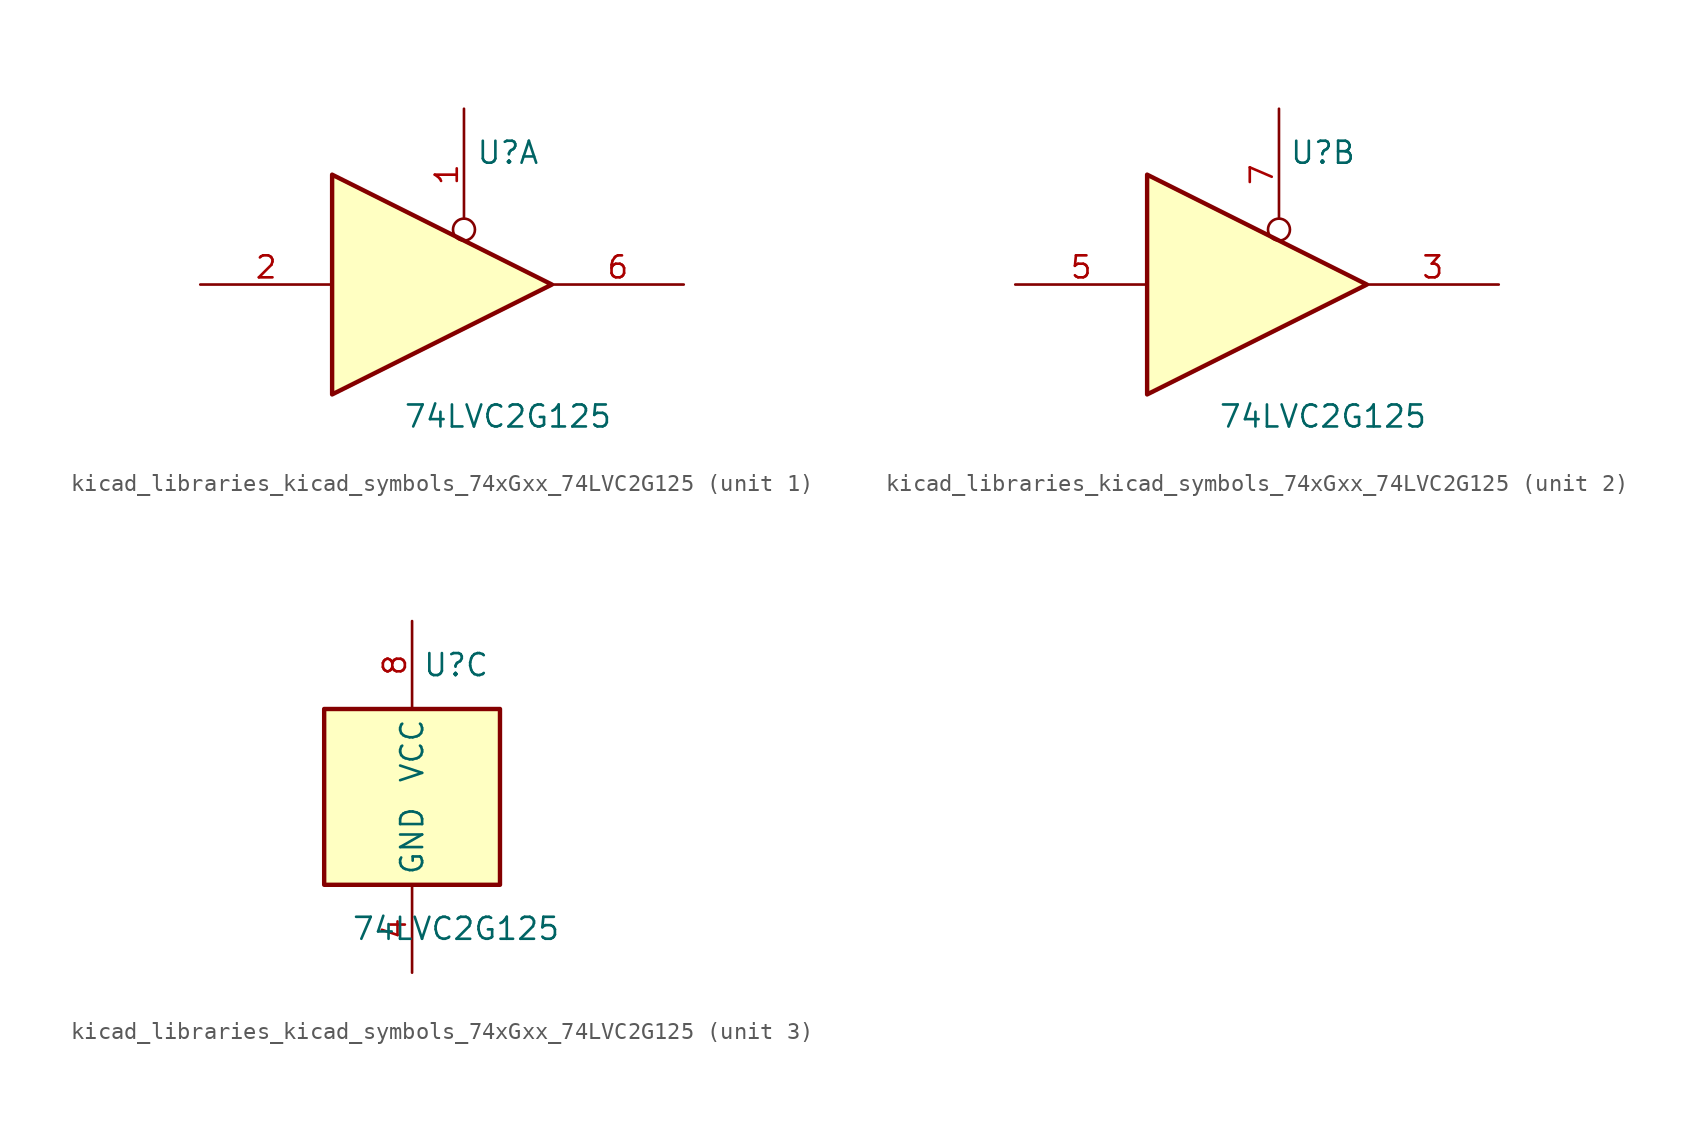
<source format=kicad_sym>
(kicad_symbol_lib
  (version 20220914)
  (generator kicad_symbol_editor)
  (symbol "kicad_libraries_kicad_symbols_74xGxx_74LVC2G125"
    (property "Reference" "U"
      (at 2.54 7.62 0)
      (effects (font (size 1.27 1.27))))
    (property "Value" "74LVC2G125"
      (at 2.54 -7.62 0)
      (effects (font (size 1.27 1.27))))
    (symbol "kicad_libraries_kicad_symbols_74xGxx_74LVC2G125_1_1"
      (polyline (pts (xy -7.62 6.35) (xy -7.62 -6.35) (xy 5.08 0) (xy -7.62 6.35)) (stroke (width 0.254) (type default)) (fill (type background)))
      (pin input inverted (at 0 10.16 270) (length 7.62) (name "~" (effects (font (size 1.27 1.27)))) (number "1" (effects (font (size 1.27 1.27)))))
      (pin input line (at -15.24 0 0) (length 7.62) (name "~" (effects (font (size 1.27 1.27)))) (number "2" (effects (font (size 1.27 1.27)))))
      (pin tri_state line (at 12.7 0 180) (length 7.62) (name "~" (effects (font (size 1.27 1.27)))) (number "6" (effects (font (size 1.27 1.27))))))
    (symbol "kicad_libraries_kicad_symbols_74xGxx_74LVC2G125_2_1"
      (polyline (pts (xy -7.62 6.35) (xy -7.62 -6.35) (xy 5.08 0) (xy -7.62 6.35)) (stroke (width 0.254) (type default)) (fill (type background)))
      (pin tri_state line (at 12.7 0 180) (length 7.62) (name "~" (effects (font (size 1.27 1.27)))) (number "3" (effects (font (size 1.27 1.27)))))
      (pin input line (at -15.24 0 0) (length 7.62) (name "~" (effects (font (size 1.27 1.27)))) (number "5" (effects (font (size 1.27 1.27)))))
      (pin input inverted (at 0 10.16 270) (length 7.62) (name "~" (effects (font (size 1.27 1.27)))) (number "7" (effects (font (size 1.27 1.27))))))
    (symbol "kicad_libraries_kicad_symbols_74xGxx_74LVC2G125_3_0"
      (rectangle (start -5.08 -5.08) (end 5.08 5.08) (stroke (width 0.254) (type default)) (fill (type background))))
    (symbol "kicad_libraries_kicad_symbols_74xGxx_74LVC2G125_3_1"
      (pin power_in line (at 0 -10.16 90) (length 5.08) (name "GND" (effects (font (size 1.27 1.27)))) (number "4" (effects (font (size 1.27 1.27)))))
      (pin power_in line (at 0 10.16 270) (length 5.08) (name "VCC" (effects (font (size 1.27 1.27)))) (number "8" (effects (font (size 1.27 1.27))))))))
</source>
